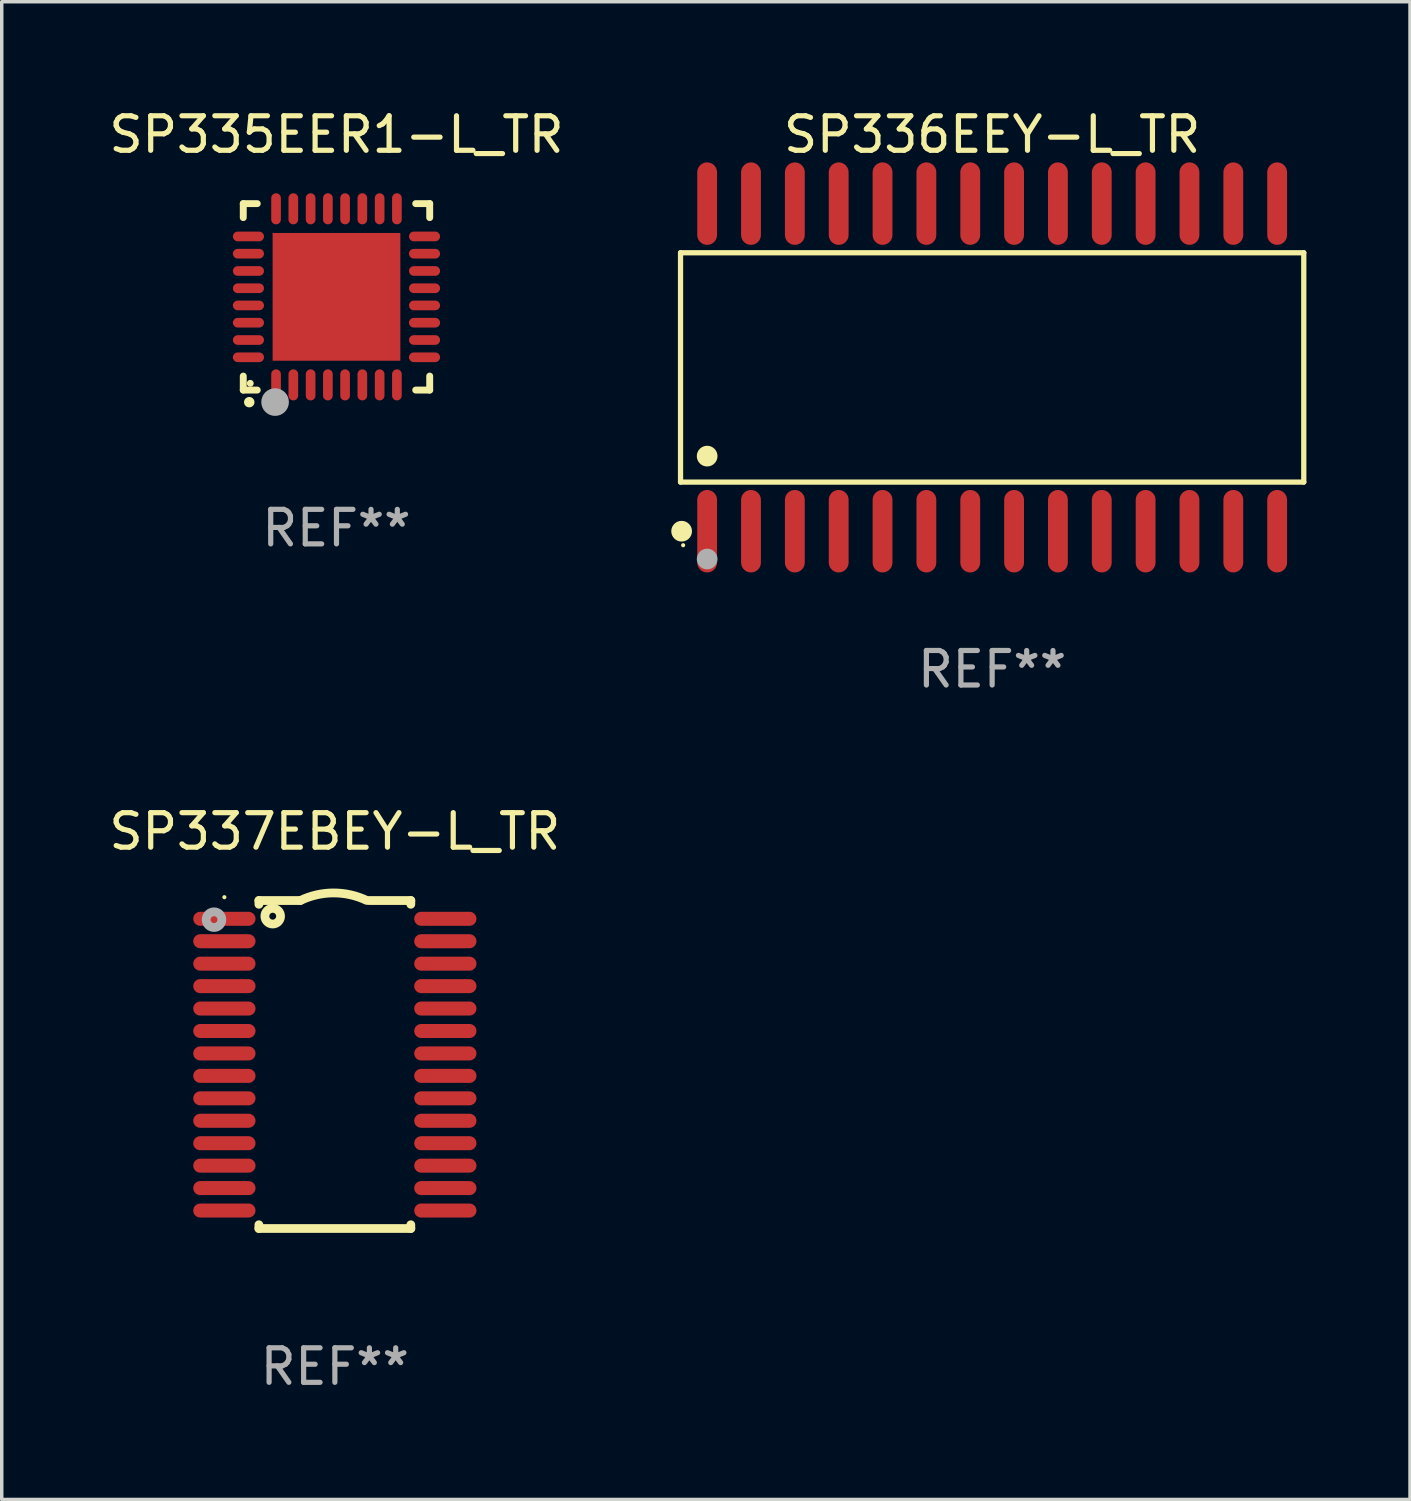
<source format=kicad_pcb>
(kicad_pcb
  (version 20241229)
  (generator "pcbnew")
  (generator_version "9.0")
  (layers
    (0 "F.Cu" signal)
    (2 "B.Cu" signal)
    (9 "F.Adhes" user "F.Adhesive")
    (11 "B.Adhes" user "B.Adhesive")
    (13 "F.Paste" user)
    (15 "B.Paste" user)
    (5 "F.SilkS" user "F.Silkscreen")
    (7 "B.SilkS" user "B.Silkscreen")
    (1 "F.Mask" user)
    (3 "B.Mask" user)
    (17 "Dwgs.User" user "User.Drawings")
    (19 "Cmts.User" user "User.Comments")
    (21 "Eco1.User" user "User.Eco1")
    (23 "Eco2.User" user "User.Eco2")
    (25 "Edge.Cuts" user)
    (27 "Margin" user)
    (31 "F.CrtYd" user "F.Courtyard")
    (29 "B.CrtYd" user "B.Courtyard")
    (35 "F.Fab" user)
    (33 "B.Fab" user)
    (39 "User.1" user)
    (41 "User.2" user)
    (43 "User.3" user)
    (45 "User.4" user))
  (footprint "SP337EBEY-L_TR"
    (layer "F.Cu")
    (at 6.649 27.783)
    (property "Reference" "SP337EBEY-L_TR" (at 0 -6.75 0) (layer "F.SilkS") (effects (font (size 1 1) (thickness 0.15))))
    (attr through_hole)
    (fp_line (start -2.2 -4.75) (end -2.2 -4.641) (stroke (width 0.254) (type solid)) (layer "F.SilkS"))
    (fp_line (start -2.2 -4.75) (end -1 -4.75) (stroke (width 0.254) (type solid)) (layer "F.SilkS"))
    (fp_line (start -2.2 4.641) (end -2.2 4.75) (stroke (width 0.254) (type solid)) (layer "F.SilkS"))
    (fp_line (start -2.2 4.75) (end 2.2 4.75) (stroke (width 0.254) (type solid)) (layer "F.SilkS"))
    (fp_line (start 2.2 -4.75) (end 1 -4.75) (stroke (width 0.254) (type solid)) (layer "F.SilkS"))
    (fp_line (start 2.2 -4.75) (end 2.2 -4.641) (stroke (width 0.254) (type solid)) (layer "F.SilkS"))
    (fp_line (start 2.2 4.641) (end 2.2 4.75) (stroke (width 0.254) (type solid)) (layer "F.SilkS"))
    (fp_arc (start -1.000025 -4.750013) (mid -0.040073 -4.969719) (end 0.920777 -4.753975) (stroke (width 0.254001) (type solid)) (layer "F.SilkS"))
    (fp_circle (center -3.2 -4.846) (end -3.17 -4.846) (stroke (width 0.06) (type solid)) (fill no) (layer "F.SilkS"))
    (fp_circle (center -1.8 -4.296) (end -1.7 -4.296) (stroke (width 0.254) (type solid)) (fill no) (layer "F.SilkS"))
    (fp_circle (center -3.5 -4.196) (end -3.4 -4.196) (stroke (width 0.254) (type solid)) (fill no) (layer "F.Fab"))
    (fp_text user "REF**" (at 0 8.75 0) (layer "F.Fab") (effects (font (size 1 1) (thickness 0.15))))
    (pad "1" smd oval (at -3.2 -4.221) (size 1.803 0.406) (layers "F.Cu" "F.Mask" "F.Paste"))
    (pad "2" smd oval (at -3.2 -3.571) (size 1.803 0.406) (layers "F.Cu" "F.Mask" "F.Paste"))
    (pad "3" smd oval (at -3.2 -2.921) (size 1.803 0.406) (layers "F.Cu" "F.Mask" "F.Paste"))
    (pad "4" smd oval (at -3.2 -2.271) (size 1.803 0.406) (layers "F.Cu" "F.Mask" "F.Paste"))
    (pad "5" smd oval (at -3.2 -1.621) (size 1.803 0.406) (layers "F.Cu" "F.Mask" "F.Paste"))
    (pad "6" smd oval (at -3.2 -0.971) (size 1.803 0.406) (layers "F.Cu" "F.Mask" "F.Paste"))
    (pad "7" smd oval (at -3.2 -0.321) (size 1.803 0.406) (layers "F.Cu" "F.Mask" "F.Paste"))
    (pad "8" smd oval (at -3.2 0.329) (size 1.803 0.406) (layers "F.Cu" "F.Mask" "F.Paste"))
    (pad "9" smd oval (at -3.2 0.979) (size 1.803 0.406) (layers "F.Cu" "F.Mask" "F.Paste"))
    (pad "10" smd oval (at -3.2 1.629) (size 1.803 0.406) (layers "F.Cu" "F.Mask" "F.Paste"))
    (pad "11" smd oval (at -3.2 2.279) (size 1.803 0.406) (layers "F.Cu" "F.Mask" "F.Paste"))
    (pad "12" smd oval (at -3.2 2.929) (size 1.803 0.406) (layers "F.Cu" "F.Mask" "F.Paste"))
    (pad "13" smd oval (at -3.2 3.579) (size 1.803 0.406) (layers "F.Cu" "F.Mask" "F.Paste"))
    (pad "14" smd oval (at -3.2 4.229) (size 1.803 0.406) (layers "F.Cu" "F.Mask" "F.Paste"))
    (pad "15" smd oval (at 3.2 4.229) (size 1.803 0.406) (layers "F.Cu" "F.Mask" "F.Paste"))
    (pad "16" smd oval (at 3.2 3.579) (size 1.803 0.406) (layers "F.Cu" "F.Mask" "F.Paste"))
    (pad "17" smd oval (at 3.2 2.929) (size 1.803 0.406) (layers "F.Cu" "F.Mask" "F.Paste"))
    (pad "18" smd oval (at 3.2 2.279) (size 1.803 0.406) (layers "F.Cu" "F.Mask" "F.Paste"))
    (pad "19" smd oval (at 3.2 1.629) (size 1.803 0.406) (layers "F.Cu" "F.Mask" "F.Paste"))
    (pad "20" smd oval (at 3.2 0.979) (size 1.803 0.406) (layers "F.Cu" "F.Mask" "F.Paste"))
    (pad "21" smd oval (at 3.2 0.329) (size 1.803 0.406) (layers "F.Cu" "F.Mask" "F.Paste"))
    (pad "22" smd oval (at 3.2 -0.321) (size 1.803 0.406) (layers "F.Cu" "F.Mask" "F.Paste"))
    (pad "23" smd oval (at 3.2 -0.971) (size 1.803 0.406) (layers "F.Cu" "F.Mask" "F.Paste"))
    (pad "24" smd oval (at 3.2 -1.621) (size 1.803 0.406) (layers "F.Cu" "F.Mask" "F.Paste"))
    (pad "25" smd oval (at 3.2 -2.271) (size 1.803 0.406) (layers "F.Cu" "F.Mask" "F.Paste"))
    (pad "26" smd oval (at 3.2 -2.921) (size 1.803 0.406) (layers "F.Cu" "F.Mask" "F.Paste"))
    (pad "27" smd oval (at 3.2 -3.571) (size 1.803 0.406) (layers "F.Cu" "F.Mask" "F.Paste"))
    (pad "28" smd oval (at 3.2 -4.221) (size 1.803 0.406) (layers "F.Cu" "F.Mask" "F.Paste")))
  (footprint "SP335EER1-L_TR"
    (layer "F.Cu")
    (at 6.696 5.548)
    (property "Reference" "SP335EER1-L_TR" (at 0 -4.7 0) (layer "F.SilkS") (effects (font (size 1 1) (thickness 0.15))))
    (attr through_hole)
    (fp_line (start -2.7 -2.7) (end -2.295 -2.7) (stroke (width 0.2) (type solid)) (layer "F.SilkS"))
    (fp_line (start -2.7 -2.295) (end -2.7 -2.7) (stroke (width 0.2) (type solid)) (layer "F.SilkS"))
    (fp_line (start -2.7 2.7) (end -2.7 2.295) (stroke (width 0.2) (type solid)) (layer "F.SilkS"))
    (fp_line (start -2.295 2.7) (end -2.7 2.7) (stroke (width 0.2) (type solid)) (layer "F.SilkS"))
    (fp_line (start 2.295 2.7) (end 2.7 2.7) (stroke (width 0.2) (type solid)) (layer "F.SilkS"))
    (fp_line (start 2.7 -2.7) (end 2.295 -2.7) (stroke (width 0.2) (type solid)) (layer "F.SilkS"))
    (fp_line (start 2.7 -2.295) (end 2.7 -2.7) (stroke (width 0.2) (type solid)) (layer "F.SilkS"))
    (fp_line (start 2.7 2.7) (end 2.7 2.295) (stroke (width 0.2) (type solid)) (layer "F.SilkS"))
    (fp_arc (start -2.527889 3.050546) (mid -2.526619 3.050541) (end -2.525349 3.050546) (stroke (width 0.3) (type solid)) (layer "F.SilkS"))
    (fp_circle (center -2.497 2.505) (end -2.447 2.505) (stroke (width 0.1) (type solid)) (fill no) (layer "F.SilkS"))
    (fp_circle (center -1.778 3.048) (end -1.578 3.048) (stroke (width 0.4) (type solid)) (fill no) (layer "F.Fab"))
    (fp_text user "REF**" (at 0 6.7 0) (layer "F.Fab") (effects (font (size 1 1) (thickness 0.15))))
    (pad "1" smd oval (at -1.75 2.55) (size 0.28 0.9) (layers "F.Cu" "F.Mask" "F.Paste"))
    (pad "2" smd oval (at -1.25 2.55) (size 0.28 0.9) (layers "F.Cu" "F.Mask" "F.Paste"))
    (pad "3" smd oval (at -0.749 2.55) (size 0.28 0.9) (layers "F.Cu" "F.Mask" "F.Paste"))
    (pad "4" smd oval (at -0.249 2.55) (size 0.28 0.9) (layers "F.Cu" "F.Mask" "F.Paste"))
    (pad "5" smd oval (at 0.249 2.55) (size 0.28 0.9) (layers "F.Cu" "F.Mask" "F.Paste"))
    (pad "6" smd oval (at 0.749 2.55) (size 0.28 0.9) (layers "F.Cu" "F.Mask" "F.Paste"))
    (pad "7" smd oval (at 1.25 2.55) (size 0.28 0.9) (layers "F.Cu" "F.Mask" "F.Paste"))
    (pad "8" smd oval (at 1.75 2.55) (size 0.28 0.9) (layers "F.Cu" "F.Mask" "F.Paste"))
    (pad "9" smd oval (at 2.55 1.75) (size 0.9 0.28) (layers "F.Cu" "F.Mask" "F.Paste"))
    (pad "10" smd oval (at 2.55 1.25) (size 0.9 0.28) (layers "F.Cu" "F.Mask" "F.Paste"))
    (pad "11" smd oval (at 2.55 0.749) (size 0.9 0.28) (layers "F.Cu" "F.Mask" "F.Paste"))
    (pad "12" smd oval (at 2.55 0.249) (size 0.9 0.28) (layers "F.Cu" "F.Mask" "F.Paste"))
    (pad "13" smd oval (at 2.55 -0.249) (size 0.9 0.28) (layers "F.Cu" "F.Mask" "F.Paste"))
    (pad "14" smd oval (at 2.55 -0.749) (size 0.9 0.28) (layers "F.Cu" "F.Mask" "F.Paste"))
    (pad "15" smd oval (at 2.55 -1.25) (size 0.9 0.28) (layers "F.Cu" "F.Mask" "F.Paste"))
    (pad "16" smd oval (at 2.55 -1.75) (size 0.9 0.28) (layers "F.Cu" "F.Mask" "F.Paste"))
    (pad "17" smd oval (at 1.75 -2.55) (size 0.28 0.9) (layers "F.Cu" "F.Mask" "F.Paste"))
    (pad "18" smd oval (at 1.25 -2.55) (size 0.28 0.9) (layers "F.Cu" "F.Mask" "F.Paste"))
    (pad "19" smd oval (at 0.749 -2.55) (size 0.28 0.9) (layers "F.Cu" "F.Mask" "F.Paste"))
    (pad "20" smd oval (at 0.249 -2.55) (size 0.28 0.9) (layers "F.Cu" "F.Mask" "F.Paste"))
    (pad "21" smd oval (at -0.249 -2.55) (size 0.28 0.9) (layers "F.Cu" "F.Mask" "F.Paste"))
    (pad "22" smd oval (at -0.749 -2.55) (size 0.28 0.9) (layers "F.Cu" "F.Mask" "F.Paste"))
    (pad "23" smd oval (at -1.25 -2.55) (size 0.28 0.9) (layers "F.Cu" "F.Mask" "F.Paste"))
    (pad "24" smd oval (at -1.75 -2.55) (size 0.28 0.9) (layers "F.Cu" "F.Mask" "F.Paste"))
    (pad "25" smd oval (at -2.55 -1.75) (size 0.9 0.28) (layers "F.Cu" "F.Mask" "F.Paste"))
    (pad "26" smd oval (at -2.55 -1.25) (size 0.9 0.28) (layers "F.Cu" "F.Mask" "F.Paste"))
    (pad "27" smd oval (at -2.55 -0.749) (size 0.9 0.28) (layers "F.Cu" "F.Mask" "F.Paste"))
    (pad "28" smd oval (at -2.55 -0.249) (size 0.9 0.28) (layers "F.Cu" "F.Mask" "F.Paste"))
    (pad "29" smd oval (at -2.55 0.249) (size 0.9 0.28) (layers "F.Cu" "F.Mask" "F.Paste"))
    (pad "30" smd oval (at -2.55 0.749) (size 0.9 0.28) (layers "F.Cu" "F.Mask" "F.Paste"))
    (pad "31" smd oval (at -2.55 1.25) (size 0.9 0.28) (layers "F.Cu" "F.Mask" "F.Paste"))
    (pad "32" smd oval (at -2.55 1.75) (size 0.9 0.28) (layers "F.Cu" "F.Mask" "F.Paste"))
    (pad "33" smd rect (at 0.000076 0.000076) (size 3.7 3.7) (layers "F.Cu" "F.Mask" "F.Paste")))
  (footprint "SP336EEY-L_TR"
    (layer "F.Cu")
    (at 25.687 7.592)
    (property "Reference" "SP336EEY-L_TR" (at 0 -6.744 0) (layer "F.SilkS") (effects (font (size 1 1) (thickness 0.15))))
    (attr through_hole)
    (fp_line (start -9.026 -3.321) (end 9.026 -3.321) (stroke (width 0.152) (type solid)) (layer "F.SilkS"))
    (fp_line (start -9.026 3.321) (end -9.026 -3.321) (stroke (width 0.152) (type solid)) (layer "F.SilkS"))
    (fp_line (start 9.026 -3.321) (end 9.026 3.321) (stroke (width 0.152) (type solid)) (layer "F.SilkS"))
    (fp_line (start 9.026 3.321) (end -9.026 3.321) (stroke (width 0.152) (type solid)) (layer "F.SilkS"))
    (fp_circle (center -8.994 4.744) (end -8.844 4.744) (stroke (width 0.3) (type solid)) (fill no) (layer "F.SilkS"))
    (fp_circle (center -8.95 5.15) (end -8.92 5.15) (stroke (width 0.06) (type solid)) (fill no) (layer "F.SilkS"))
    (fp_circle (center -8.255 2.569) (end -8.105 2.569) (stroke (width 0.3) (type solid)) (fill no) (layer "F.SilkS"))
    (fp_circle (center -8.255 5.55) (end -8.105 5.55) (stroke (width 0.3) (type solid)) (fill no) (layer "F.Fab"))
    (fp_text user "REF**" (at 0 8.744 0) (layer "F.Fab") (effects (font (size 1 1) (thickness 0.15))))
    (pad "1" smd oval (at -8.255 4.744) (size 0.574 2.388) (layers "F.Cu" "F.Mask" "F.Paste"))
    (pad "2" smd oval (at -6.985 4.744) (size 0.574 2.388) (layers "F.Cu" "F.Mask" "F.Paste"))
    (pad "3" smd oval (at -5.715 4.744) (size 0.574 2.388) (layers "F.Cu" "F.Mask" "F.Paste"))
    (pad "4" smd oval (at -4.445 4.744) (size 0.574 2.388) (layers "F.Cu" "F.Mask" "F.Paste"))
    (pad "5" smd oval (at -3.175 4.744) (size 0.574 2.388) (layers "F.Cu" "F.Mask" "F.Paste"))
    (pad "6" smd oval (at -1.905 4.744) (size 0.574 2.388) (layers "F.Cu" "F.Mask" "F.Paste"))
    (pad "7" smd oval (at -0.635 4.744) (size 0.574 2.388) (layers "F.Cu" "F.Mask" "F.Paste"))
    (pad "8" smd oval (at 0.635 4.744) (size 0.574 2.388) (layers "F.Cu" "F.Mask" "F.Paste"))
    (pad "9" smd oval (at 1.905 4.744) (size 0.574 2.388) (layers "F.Cu" "F.Mask" "F.Paste"))
    (pad "10" smd oval (at 3.175 4.744) (size 0.574 2.388) (layers "F.Cu" "F.Mask" "F.Paste"))
    (pad "11" smd oval (at 4.445 4.744) (size 0.574 2.388) (layers "F.Cu" "F.Mask" "F.Paste"))
    (pad "12" smd oval (at 5.715 4.744) (size 0.574 2.388) (layers "F.Cu" "F.Mask" "F.Paste"))
    (pad "13" smd oval (at 6.985 4.744) (size 0.574 2.388) (layers "F.Cu" "F.Mask" "F.Paste"))
    (pad "14" smd oval (at 8.255 4.744) (size 0.574 2.388) (layers "F.Cu" "F.Mask" "F.Paste"))
    (pad "15" smd oval (at 8.255 -4.744) (size 0.574 2.388) (layers "F.Cu" "F.Mask" "F.Paste"))
    (pad "16" smd oval (at 6.985 -4.744) (size 0.574 2.388) (layers "F.Cu" "F.Mask" "F.Paste"))
    (pad "17" smd oval (at 5.715 -4.744) (size 0.574 2.388) (layers "F.Cu" "F.Mask" "F.Paste"))
    (pad "18" smd oval (at 4.445 -4.744) (size 0.574 2.388) (layers "F.Cu" "F.Mask" "F.Paste"))
    (pad "19" smd oval (at 3.175 -4.744) (size 0.574 2.388) (layers "F.Cu" "F.Mask" "F.Paste"))
    (pad "20" smd oval (at 1.905 -4.744) (size 0.574 2.388) (layers "F.Cu" "F.Mask" "F.Paste"))
    (pad "21" smd oval (at 0.635 -4.744) (size 0.574 2.388) (layers "F.Cu" "F.Mask" "F.Paste"))
    (pad "22" smd oval (at -0.635 -4.744) (size 0.574 2.388) (layers "F.Cu" "F.Mask" "F.Paste"))
    (pad "23" smd oval (at -1.905 -4.744) (size 0.574 2.388) (layers "F.Cu" "F.Mask" "F.Paste"))
    (pad "24" smd oval (at -3.175 -4.744) (size 0.574 2.388) (layers "F.Cu" "F.Mask" "F.Paste"))
    (pad "25" smd oval (at -4.445 -4.744) (size 0.574 2.388) (layers "F.Cu" "F.Mask" "F.Paste"))
    (pad "26" smd oval (at -5.715 -4.744) (size 0.574 2.388) (layers "F.Cu" "F.Mask" "F.Paste"))
    (pad "27" smd oval (at -6.985 -4.744) (size 0.574 2.388) (layers "F.Cu" "F.Mask" "F.Paste"))
    (pad "28" smd oval (at -8.255 -4.744) (size 0.574 2.388) (layers "F.Cu" "F.Mask" "F.Paste")))
  (gr_rect
    (start -3 -3)
    (end 37.79 40.381)
    (stroke (width 0.1) (type default))
    (fill no)
    (layer "Edge.Cuts")))
</source>
